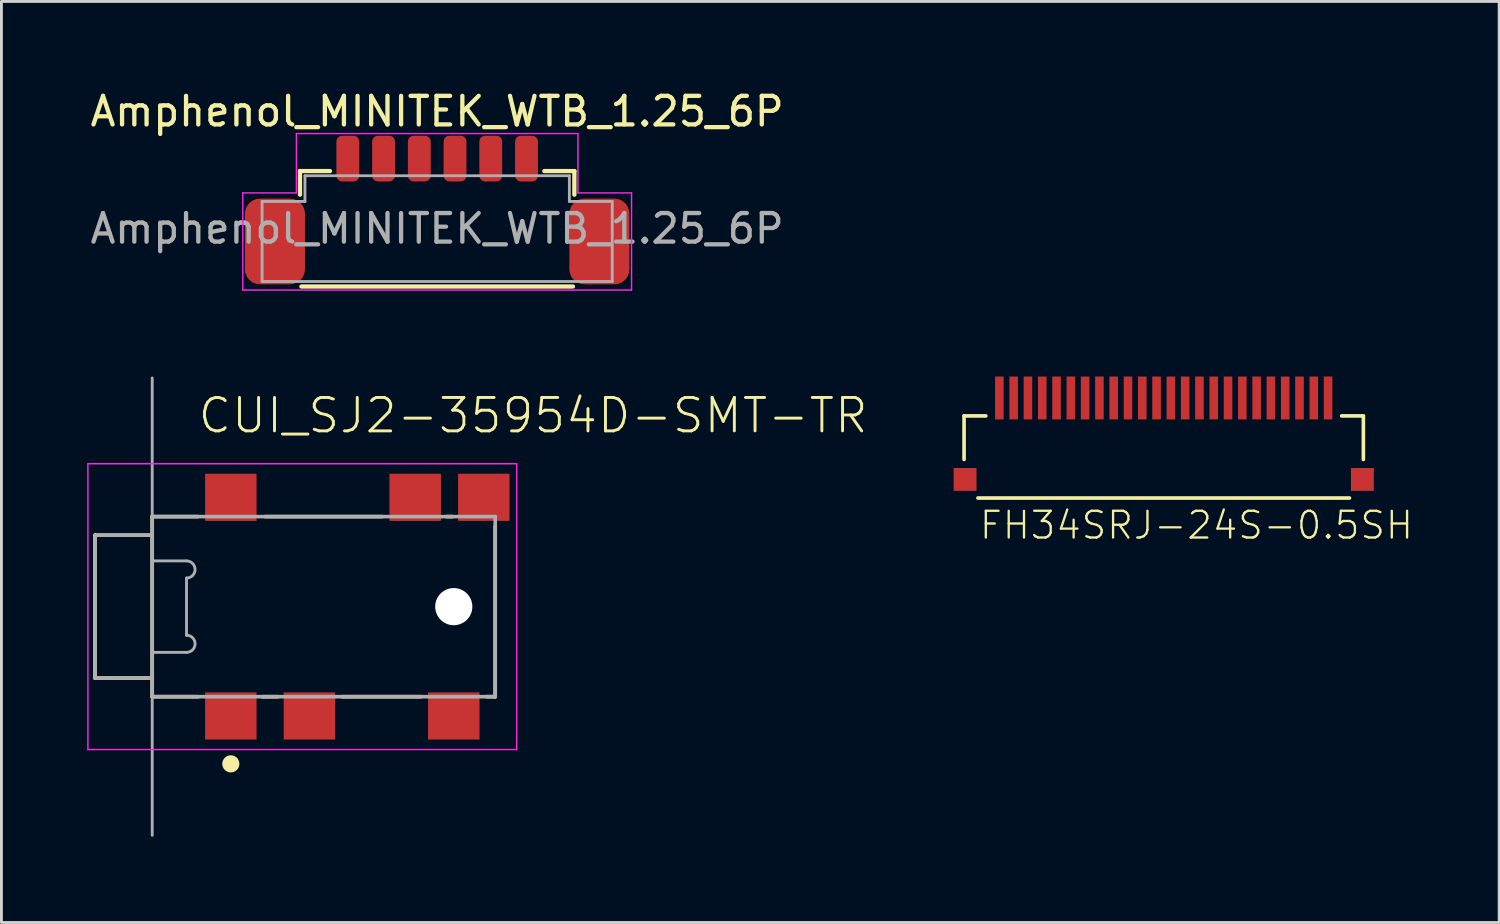
<source format=kicad_pcb>
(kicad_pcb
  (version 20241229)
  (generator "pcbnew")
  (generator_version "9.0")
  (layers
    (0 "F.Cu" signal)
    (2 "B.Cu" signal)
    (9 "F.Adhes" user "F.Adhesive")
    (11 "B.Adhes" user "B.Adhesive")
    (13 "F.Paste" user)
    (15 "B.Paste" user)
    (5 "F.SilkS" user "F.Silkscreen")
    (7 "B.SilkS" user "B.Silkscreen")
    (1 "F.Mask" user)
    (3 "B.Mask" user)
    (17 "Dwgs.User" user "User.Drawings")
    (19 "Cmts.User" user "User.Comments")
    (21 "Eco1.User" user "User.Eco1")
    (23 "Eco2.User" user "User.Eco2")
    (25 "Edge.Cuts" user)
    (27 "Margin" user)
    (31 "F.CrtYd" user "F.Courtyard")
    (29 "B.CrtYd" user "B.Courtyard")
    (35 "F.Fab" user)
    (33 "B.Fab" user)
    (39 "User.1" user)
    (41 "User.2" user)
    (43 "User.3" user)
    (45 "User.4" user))
  (footprint "FH34SRJ-24S-0.5SH"
    (layer "F.Cu")
    (at 37.662 11.373)
    (property "Reference" "FH34SRJ-24S-0.5SH" (at -6.5 4.5 0) (layer "F.SilkS") (effects (font (size 0.935 0.935) (thickness 0.081)) (justify left bottom)))
    (fp_line (start -6.985 0.127) (end -6.223 0.127) (stroke (width 0.127) (type solid)) (layer "F.SilkS"))
    (fp_line (start -6.985 1.651) (end -6.985 0.127) (stroke (width 0.127) (type solid)) (layer "F.SilkS"))
    (fp_line (start -6.5 3) (end 6.5 3) (stroke (width 0.127) (type solid)) (layer "F.SilkS"))
    (fp_line (start 6.985 0.127) (end 6.223 0.127) (stroke (width 0.127) (type solid)) (layer "F.SilkS"))
    (fp_line (start 6.985 1.651) (end 6.985 0.127) (stroke (width 0.127) (type solid)) (layer "F.SilkS"))
    (pad "1" smd rect (at 5.75 -0.5) (size 0.3 1.5) (layers "F.Cu" "F.Mask" "F.Paste"))
    (pad "2" smd rect (at 5.25 -0.5) (size 0.3 1.5) (layers "F.Cu" "F.Mask" "F.Paste"))
    (pad "3" smd rect (at 4.75 -0.5) (size 0.3 1.5) (layers "F.Cu" "F.Mask" "F.Paste"))
    (pad "4" smd rect (at 4.25 -0.5) (size 0.3 1.5) (layers "F.Cu" "F.Mask" "F.Paste"))
    (pad "5" smd rect (at 3.75 -0.5) (size 0.3 1.5) (layers "F.Cu" "F.Mask" "F.Paste"))
    (pad "6" smd rect (at 3.25 -0.5) (size 0.3 1.5) (layers "F.Cu" "F.Mask" "F.Paste"))
    (pad "7" smd rect (at 2.75 -0.5) (size 0.3 1.5) (layers "F.Cu" "F.Mask" "F.Paste"))
    (pad "8" smd rect (at 2.25 -0.5) (size 0.3 1.5) (layers "F.Cu" "F.Mask" "F.Paste"))
    (pad "9" smd rect (at 1.75 -0.5) (size 0.3 1.5) (layers "F.Cu" "F.Mask" "F.Paste"))
    (pad "10" smd rect (at 1.25 -0.5) (size 0.3 1.5) (layers "F.Cu" "F.Mask" "F.Paste"))
    (pad "11" smd rect (at 0.75 -0.5) (size 0.3 1.5) (layers "F.Cu" "F.Mask" "F.Paste"))
    (pad "12" smd rect (at 0.25 -0.5) (size 0.3 1.5) (layers "F.Cu" "F.Mask" "F.Paste"))
    (pad "13" smd rect (at -0.25 -0.5) (size 0.3 1.5) (layers "F.Cu" "F.Mask" "F.Paste"))
    (pad "14" smd rect (at -0.75 -0.5) (size 0.3 1.5) (layers "F.Cu" "F.Mask" "F.Paste"))
    (pad "15" smd rect (at -1.25 -0.5) (size 0.3 1.5) (layers "F.Cu" "F.Mask" "F.Paste"))
    (pad "16" smd rect (at -1.75 -0.5) (size 0.3 1.5) (layers "F.Cu" "F.Mask" "F.Paste"))
    (pad "17" smd rect (at -2.25 -0.5) (size 0.3 1.5) (layers "F.Cu" "F.Mask" "F.Paste"))
    (pad "18" smd rect (at -2.75 -0.5) (size 0.3 1.5) (layers "F.Cu" "F.Mask" "F.Paste"))
    (pad "19" smd rect (at -3.25 -0.5) (size 0.3 1.5) (layers "F.Cu" "F.Mask" "F.Paste"))
    (pad "20" smd rect (at -3.75 -0.5) (size 0.3 1.5) (layers "F.Cu" "F.Mask" "F.Paste"))
    (pad "21" smd rect (at -4.25 -0.5) (size 0.3 1.5) (layers "F.Cu" "F.Mask" "F.Paste"))
    (pad "22" smd rect (at -4.75 -0.5) (size 0.3 1.5) (layers "F.Cu" "F.Mask" "F.Paste"))
    (pad "23" smd rect (at -5.25 -0.5) (size 0.3 1.5) (layers "F.Cu" "F.Mask" "F.Paste"))
    (pad "24" smd rect (at -5.75 -0.5) (size 0.3 1.5) (layers "F.Cu" "F.Mask" "F.Paste"))
    (pad "C1" smd rect (at 6.95 2.35) (size 0.8 0.8) (layers "F.Cu" "F.Mask" "F.Paste"))
    (pad "C2" smd rect (at -6.95 2.35) (size 0.8 0.8) (layers "F.Cu" "F.Mask" "F.Paste")))
  (footprint "Amphenol_MINITEK_WTB_1.25_6P"
    (layer "F.Cu")
    (at 12.244 4.948)
    (property "Reference" "Amphenol_MINITEK_WTB_1.25_6P" (at 0 -4.1 0) (layer "F.SilkS") (effects (font (size 1 1) (thickness 0.15))))
    (attr smd)
    (fp_line (start -4.8 -2.013) (end -4.8 -1.188) (stroke (width 0.15) (type default)) (layer "F.SilkS"))
    (fp_line (start -4.75 2.025) (end 4.75 2.025) (stroke (width 0.15) (type default)) (layer "F.SilkS"))
    (fp_line (start -3.75 -2.013) (end -4.8 -2.013) (stroke (width 0.15) (type default)) (layer "F.SilkS"))
    (fp_line (start 3.75 -2.013) (end 4.8 -2.013) (stroke (width 0.15) (type default)) (layer "F.SilkS"))
    (fp_line (start 4.8 -2.013) (end 4.8 -1.188) (stroke (width 0.15) (type default)) (layer "F.SilkS"))
    (fp_line (start -6.8 -1.25) (end -4.925 -1.25) (stroke (width 0.05) (type default)) (layer "F.CrtYd"))
    (fp_line (start -6.8 2.15) (end -6.8 -1.25) (stroke (width 0.05) (type default)) (layer "F.CrtYd"))
    (fp_line (start -6.8 2.15) (end 6.8 2.15) (stroke (width 0.05) (type default)) (layer "F.CrtYd"))
    (fp_line (start -4.925 -3.325) (end -4.925 -1.25) (stroke (width 0.05) (type default)) (layer "F.CrtYd"))
    (fp_line (start 4.925 -3.325) (end -4.925 -3.325) (stroke (width 0.05) (type default)) (layer "F.CrtYd"))
    (fp_line (start 4.925 -1.25) (end 4.925 -3.325) (stroke (width 0.05) (type default)) (layer "F.CrtYd"))
    (fp_line (start 6.8 -1.25) (end 4.925 -1.25) (stroke (width 0.05) (type default)) (layer "F.CrtYd"))
    (fp_line (start 6.8 2.15) (end 6.8 -1.25) (stroke (width 0.05) (type default)) (layer "F.CrtYd"))
    (fp_line (start -6.125 -0.95) (end -4.625 -0.95) (stroke (width 0.1) (type default)) (layer "F.Fab"))
    (fp_line (start -6.125 1.85) (end -6.125 -0.95) (stroke (width 0.1) (type default)) (layer "F.Fab"))
    (fp_line (start -6.125 1.85) (end 6.125 1.85) (stroke (width 0.1) (type default)) (layer "F.Fab"))
    (fp_line (start -4.625 -1.85) (end 4.625 -1.85) (stroke (width 0.1) (type default)) (layer "F.Fab"))
    (fp_line (start -4.625 -0.95) (end -4.625 -1.85) (stroke (width 0.1) (type default)) (layer "F.Fab"))
    (fp_line (start 4.625 -1.85) (end 4.625 -0.95) (stroke (width 0.1) (type default)) (layer "F.Fab"))
    (fp_line (start 4.625 -0.95) (end 6.125 -0.95) (stroke (width 0.1) (type default)) (layer "F.Fab"))
    (fp_line (start 6.125 1.85) (end 6.125 -0.95) (stroke (width 0.1) (type default)) (layer "F.Fab"))
    (fp_text user "${REFERENCE}" (at 0 0 0) (layer "F.Fab") (effects (font (size 1 1) (thickness 0.15))))
    (pad "1" smd roundrect (at 3.125 -2.45) (size 0.8 1.6) (layers "F.Cu" "F.Mask" "F.Paste") (roundrect_rratio 0.25))
    (pad "2" smd roundrect (at 1.875 -2.45) (size 0.8 1.6) (layers "F.Cu" "F.Mask" "F.Paste") (roundrect_rratio 0.25))
    (pad "3" smd roundrect (at 0.625 -2.45) (size 0.8 1.6) (layers "F.Cu" "F.Mask" "F.Paste") (roundrect_rratio 0.25))
    (pad "4" smd roundrect (at -0.625 -2.45) (size 0.8 1.6) (layers "F.Cu" "F.Mask" "F.Paste") (roundrect_rratio 0.25))
    (pad "5" smd roundrect (at -1.875 -2.45) (size 0.8 1.6) (layers "F.Cu" "F.Mask" "F.Paste") (roundrect_rratio 0.25))
    (pad "6" smd roundrect (at -3.125 -2.45) (size 0.8 1.6) (layers "F.Cu" "F.Mask" "F.Paste") (roundrect_rratio 0.25))
    (pad "M" smd roundrect (at -5.675 0.45) (size 2.1 3) (layers "F.Cu" "F.Mask" "F.Paste") (roundrect_rratio 0.25))
    (pad "M" smd roundrect (at 5.675 0.45) (size 2.1 3) (layers "F.Cu" "F.Mask" "F.Paste") (roundrect_rratio 0.25)))
  (footprint "CUI_SJ2-35954D-SMT-TR"
    (layer "F.Cu")
    (at 8.275 18.173)
    (property "Reference" "CUI_SJ2-35954D-SMT-TR" (at -4.461 -6.001 0) (layer "F.SilkS") (effects (font (size 1.169 1.169) (thickness 0.102)) (justify left bottom)))
    (fp_line (start -8 -2.5) (end -8 2.5) (stroke (width 0.127) (type solid)) (layer "F.SilkS"))
    (fp_line (start -8 2.5) (end -6 2.5) (stroke (width 0.127) (type solid)) (layer "F.SilkS"))
    (fp_line (start -6 -3.15) (end -4.4 -3.15) (stroke (width 0.127) (type solid)) (layer "F.SilkS"))
    (fp_line (start -6 -2.5) (end -8 -2.5) (stroke (width 0.127) (type solid)) (layer "F.SilkS"))
    (fp_line (start -6 2.5) (end -6 -3.15) (stroke (width 0.127) (type solid)) (layer "F.SilkS"))
    (fp_line (start -6 2.5) (end -6 3.15) (stroke (width 0.127) (type solid)) (layer "F.SilkS"))
    (fp_line (start -6 3.15) (end -4.4 3.15) (stroke (width 0.127) (type solid)) (layer "F.SilkS"))
    (fp_line (start -2.15 3.15) (end -1.6 3.15) (stroke (width 0.127) (type solid)) (layer "F.SilkS"))
    (fp_line (start -2.05 -3.15) (end 2.05 -3.15) (stroke (width 0.127) (type solid)) (layer "F.SilkS"))
    (fp_line (start 0.65 3.15) (end 3.4 3.15) (stroke (width 0.127) (type solid)) (layer "F.SilkS"))
    (fp_line (start 4.3 -3.15) (end 4.5 -3.15) (stroke (width 0.127) (type solid)) (layer "F.SilkS"))
    (fp_line (start 6 -2.8) (end 6 3.15) (stroke (width 0.127) (type solid)) (layer "F.SilkS"))
    (fp_line (start 6 3.15) (end 5.7 3.15) (stroke (width 0.127) (type solid)) (layer "F.SilkS"))
    (fp_circle (center -3.25 5.5) (end -3.1 5.5) (stroke (width 0.3) (type solid)) (fill no) (layer "F.SilkS"))
    (fp_line (start -8.25 -5) (end 6.75 -5) (stroke (width 0.05) (type solid)) (layer "F.CrtYd"))
    (fp_line (start -8.25 5) (end -8.25 -5) (stroke (width 0.05) (type solid)) (layer "F.CrtYd"))
    (fp_line (start 6.75 -5) (end 6.75 5) (stroke (width 0.05) (type solid)) (layer "F.CrtYd"))
    (fp_line (start 6.75 5) (end -8.25 5) (stroke (width 0.05) (type solid)) (layer "F.CrtYd"))
    (fp_line (start -8 -2.5) (end -8 2.5) (stroke (width 0.127) (type solid)) (layer "F.Fab"))
    (fp_line (start -8 2.5) (end -6 2.5) (stroke (width 0.127) (type solid)) (layer "F.Fab"))
    (fp_line (start -6 -8) (end -6 -1.6) (stroke (width 0.1) (type solid)) (layer "F.Fab"))
    (fp_line (start -6 -3.15) (end 6 -3.15) (stroke (width 0.127) (type solid)) (layer "F.Fab"))
    (fp_line (start -6 -2.5) (end -8 -2.5) (stroke (width 0.127) (type solid)) (layer "F.Fab"))
    (fp_line (start -6 -2.5) (end -6 -3.15) (stroke (width 0.127) (type solid)) (layer "F.Fab"))
    (fp_line (start -6 -1.6) (end -4.8 -1.6) (stroke (width 0.1) (type solid)) (layer "F.Fab"))
    (fp_line (start -6 1.6) (end -6 8) (stroke (width 0.1) (type solid)) (layer "F.Fab"))
    (fp_line (start -6 2.5) (end -6 -2.5) (stroke (width 0.127) (type solid)) (layer "F.Fab"))
    (fp_line (start -6 3.15) (end -6 2.5) (stroke (width 0.127) (type solid)) (layer "F.Fab"))
    (fp_line (start -4.8 -1) (end -4.8 1) (stroke (width 0.1) (type solid)) (layer "F.Fab"))
    (fp_line (start -4.8 1.6) (end -6 1.6) (stroke (width 0.1) (type solid)) (layer "F.Fab"))
    (fp_line (start 6 -3.15) (end 6 3.15) (stroke (width 0.127) (type solid)) (layer "F.Fab"))
    (fp_line (start 6 3.15) (end -6 3.15) (stroke (width 0.127) (type solid)) (layer "F.Fab"))
    (fp_arc (start -4.8 -1.6) (mid -4.5 -1.3) (end -4.8 -1) (stroke (width 0.1) (type solid)) (layer "F.Fab"))
    (fp_arc (start -4.8 1) (mid -4.5 1.3) (end -4.8 1.6) (stroke (width 0.1) (type solid)) (layer "F.Fab"))
    (pad "" np_thru_hole circle (at 4.55 0) (size 1.3 1.3) (drill 1.3) (layers "*.Cu" "*.Mask"))
    (pad "1" smd rect (at -3.25 3.825) (size 1.8 1.65) (layers "F.Cu" "F.Mask" "F.Paste"))
    (pad "2" smd rect (at 3.2 -3.825) (size 1.8 1.65) (layers "F.Cu" "F.Mask" "F.Paste"))
    (pad "3" smd rect (at -0.5 3.825) (size 1.8 1.65) (layers "F.Cu" "F.Mask" "F.Paste"))
    (pad "4" smd rect (at -3.25 -3.825) (size 1.8 1.65) (layers "F.Cu" "F.Mask" "F.Paste"))
    (pad "10" smd rect (at 5.6 -3.825) (size 1.8 1.65) (layers "F.Cu" "F.Mask" "F.Paste"))
    (pad "11" smd rect (at 4.55 3.825) (size 1.8 1.65) (layers "F.Cu" "F.Mask" "F.Paste")))
  (gr_rect
    (start -3 -3)
    (end 49.397 29.223)
    (stroke (width 0.1) (type default))
    (fill no)
    (layer "Edge.Cuts")))
</source>
